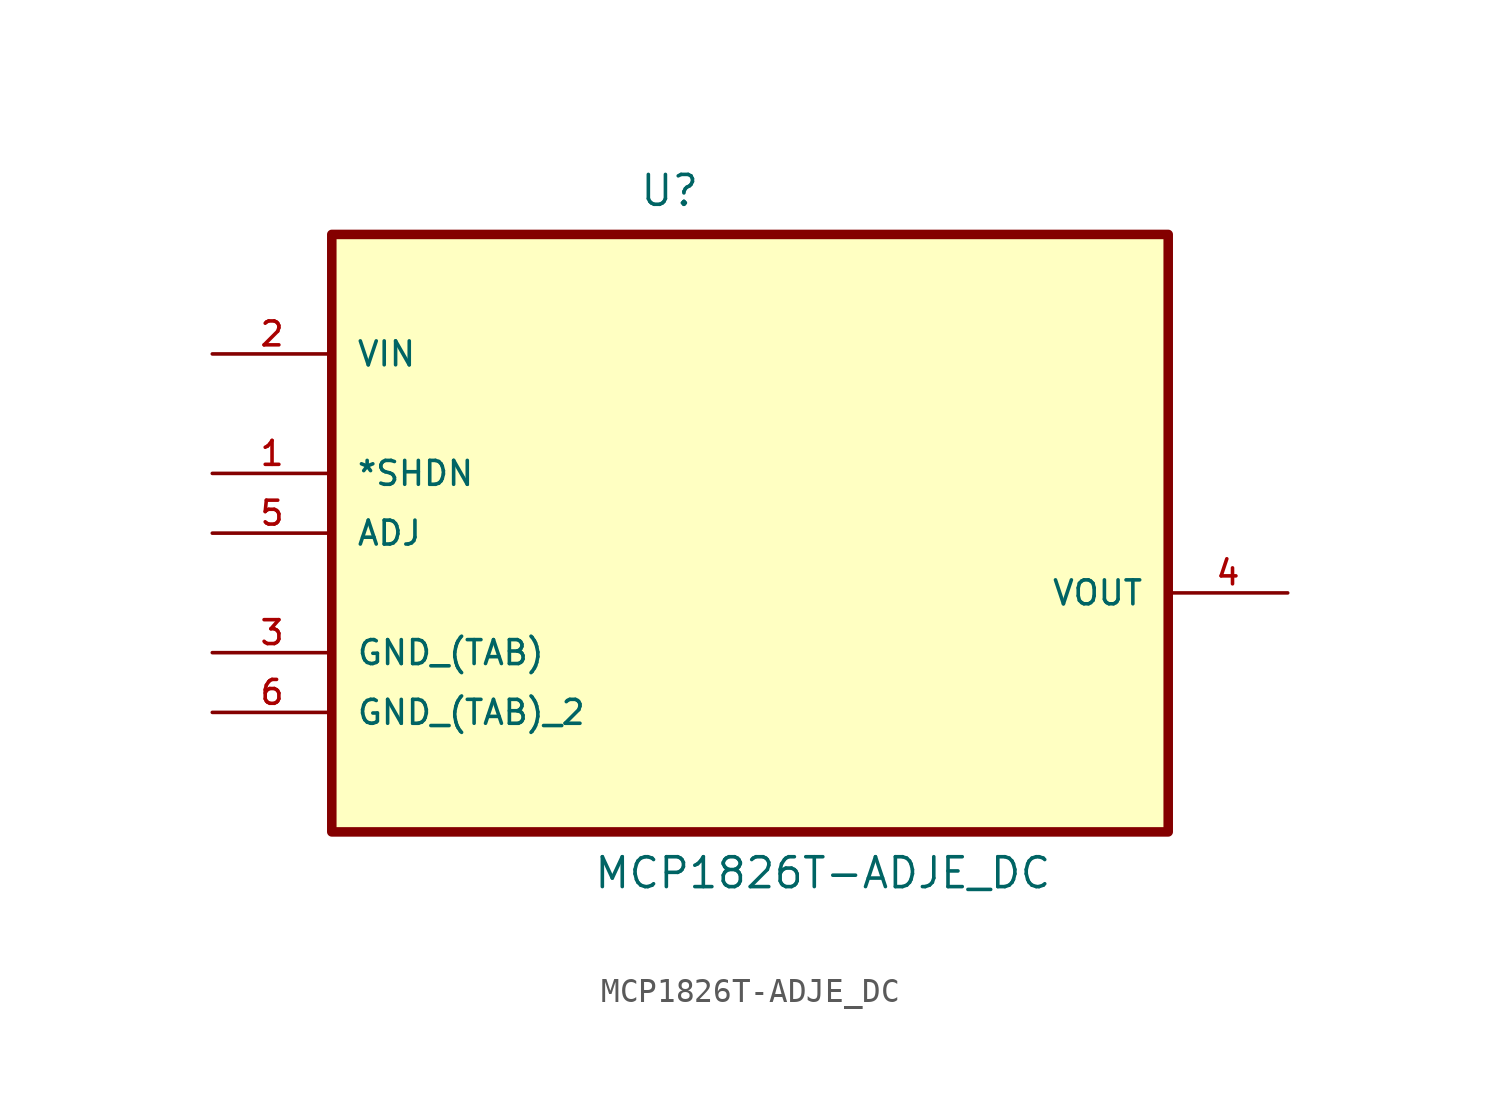
<source format=kicad_sym>
(kicad_symbol_lib
  (version 20211014)
  (generator kicad_symbol_editor)
  (symbol "MCP1826T-ADJE_DC"
    (pin_names
      (offset 1.016))
    (property "Reference" "U"
      (at -4.724 11.278 0.0)
      (effects (font (size 1.27 1.27)) (justify bottom left)))
    (property "Value" "MCP1826T-ADJE_DC"
      (at -6.68 -17.729 0.0)
      (effects (font (size 1.27 1.27)) (justify bottom left)))
    (symbol "MCP1826T-ADJE_DC_0_0"
      (rectangle (start -17.78 -15.24) (end 17.78 10.16) (stroke (width 0.406)) (fill (type background)))
      (pin input line (at -22.86 5.08 0) (length 5.08) (name "VIN" (effects (font (size 1.016 1.016)))) (number "2" (effects (font (size 1.016 1.016)))))
      (pin input line (at -22.86 0.0 0) (length 5.08) (name "*SHDN" (effects (font (size 1.016 1.016)))) (number "1" (effects (font (size 1.016 1.016)))))
      (pin input line (at -22.86 -2.54 0) (length 5.08) (name "ADJ" (effects (font (size 1.016 1.016)))) (number "5" (effects (font (size 1.016 1.016)))))
      (pin passive line (at -22.86 -7.62 0) (length 5.08) (name "GND_(TAB)" (effects (font (size 1.016 1.016)))) (number "3" (effects (font (size 1.016 1.016)))))
      (pin passive line (at -22.86 -10.16 0) (length 5.08) (name "GND_(TAB)_2" (effects (font (size 1.016 1.016)))) (number "6" (effects (font (size 1.016 1.016)))))
      (pin output line (at 22.86 -5.08 180.0) (length 5.08) (name "VOUT" (effects (font (size 1.016 1.016)))) (number "4" (effects (font (size 1.016 1.016))))))))
</source>
